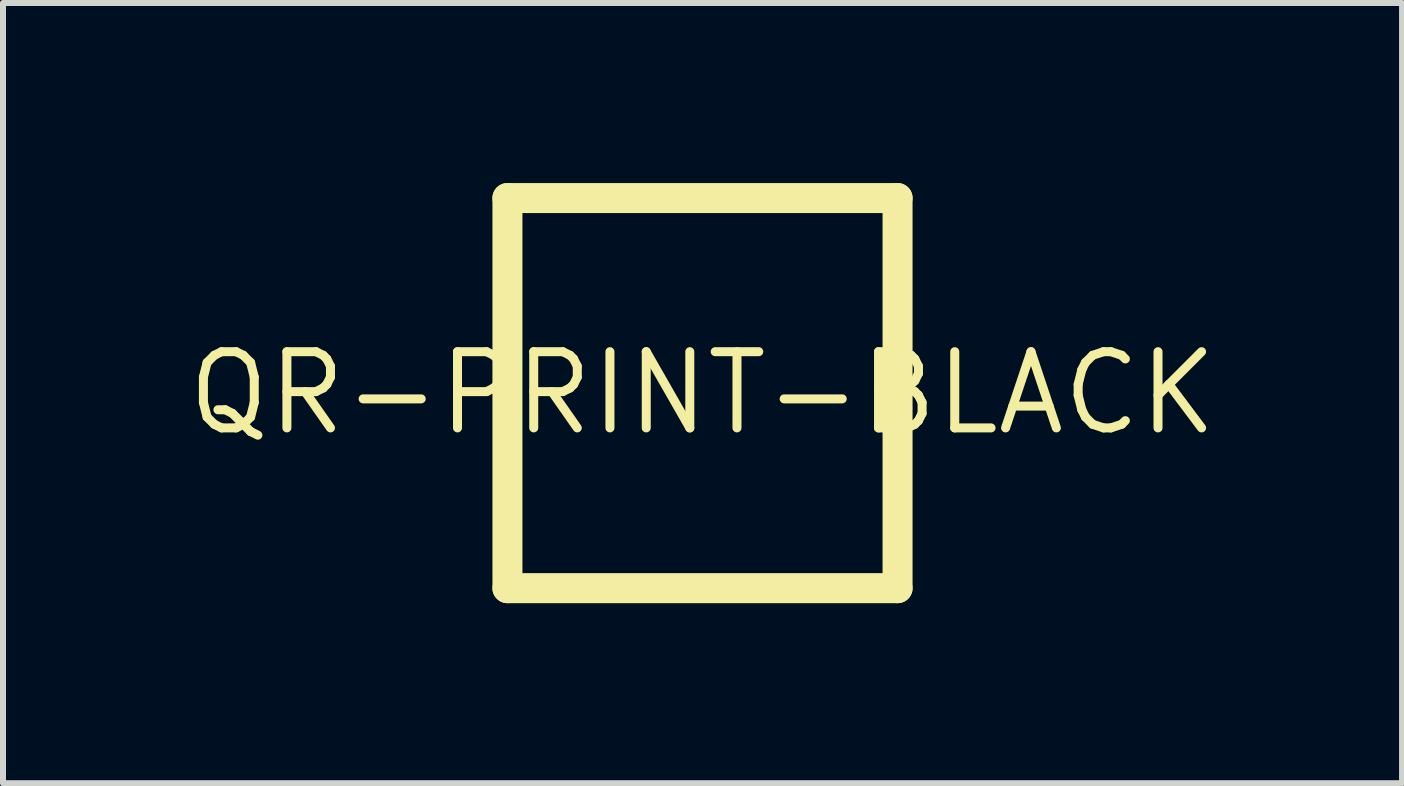
<source format=kicad_pcb>
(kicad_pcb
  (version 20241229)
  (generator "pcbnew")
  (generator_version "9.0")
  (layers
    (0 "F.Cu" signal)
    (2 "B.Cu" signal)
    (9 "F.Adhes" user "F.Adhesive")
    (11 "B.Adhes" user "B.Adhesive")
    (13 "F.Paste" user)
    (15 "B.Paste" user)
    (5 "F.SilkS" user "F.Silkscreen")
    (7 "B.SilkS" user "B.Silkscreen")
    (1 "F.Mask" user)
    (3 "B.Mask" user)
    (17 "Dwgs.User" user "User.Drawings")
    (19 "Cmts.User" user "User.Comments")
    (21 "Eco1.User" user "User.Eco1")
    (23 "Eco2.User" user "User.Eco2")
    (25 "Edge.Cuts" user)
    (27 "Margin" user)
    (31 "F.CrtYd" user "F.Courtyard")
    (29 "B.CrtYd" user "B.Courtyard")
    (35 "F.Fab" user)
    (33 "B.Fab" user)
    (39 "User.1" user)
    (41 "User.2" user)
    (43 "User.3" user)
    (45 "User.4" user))
  (footprint "QR-PRINT-BLACK"
    (layer "F.Cu")
    (at 8.655 3.5)
    (property "Reference" "QR-PRINT-BLACK" (at 0 0 0) (unlocked yes) (layer "F.SilkS") (effects (font (size 1.27 1.27) (thickness 0.15))))
    (fp_line (start -3.25 -3.25) (end -3.25 3.25) (stroke (width 0.5) (type solid)) (layer "F.SilkS"))
    (fp_line (start -3.25 3.25) (end 3.25 3.25) (stroke (width 0.5) (type solid)) (layer "F.SilkS"))
    (fp_line (start 3.25 -3.25) (end -3.25 -3.25) (stroke (width 0.5) (type solid)) (layer "F.SilkS"))
    (fp_line (start 3.25 3.25) (end 3.25 -3.25) (stroke (width 0.5) (type solid)) (layer "F.SilkS")))
  (gr_rect
    (start -3 -3)
    (end 20.311 10)
    (stroke (width 0.1) (type default))
    (fill no)
    (layer "Edge.Cuts")))
</source>
